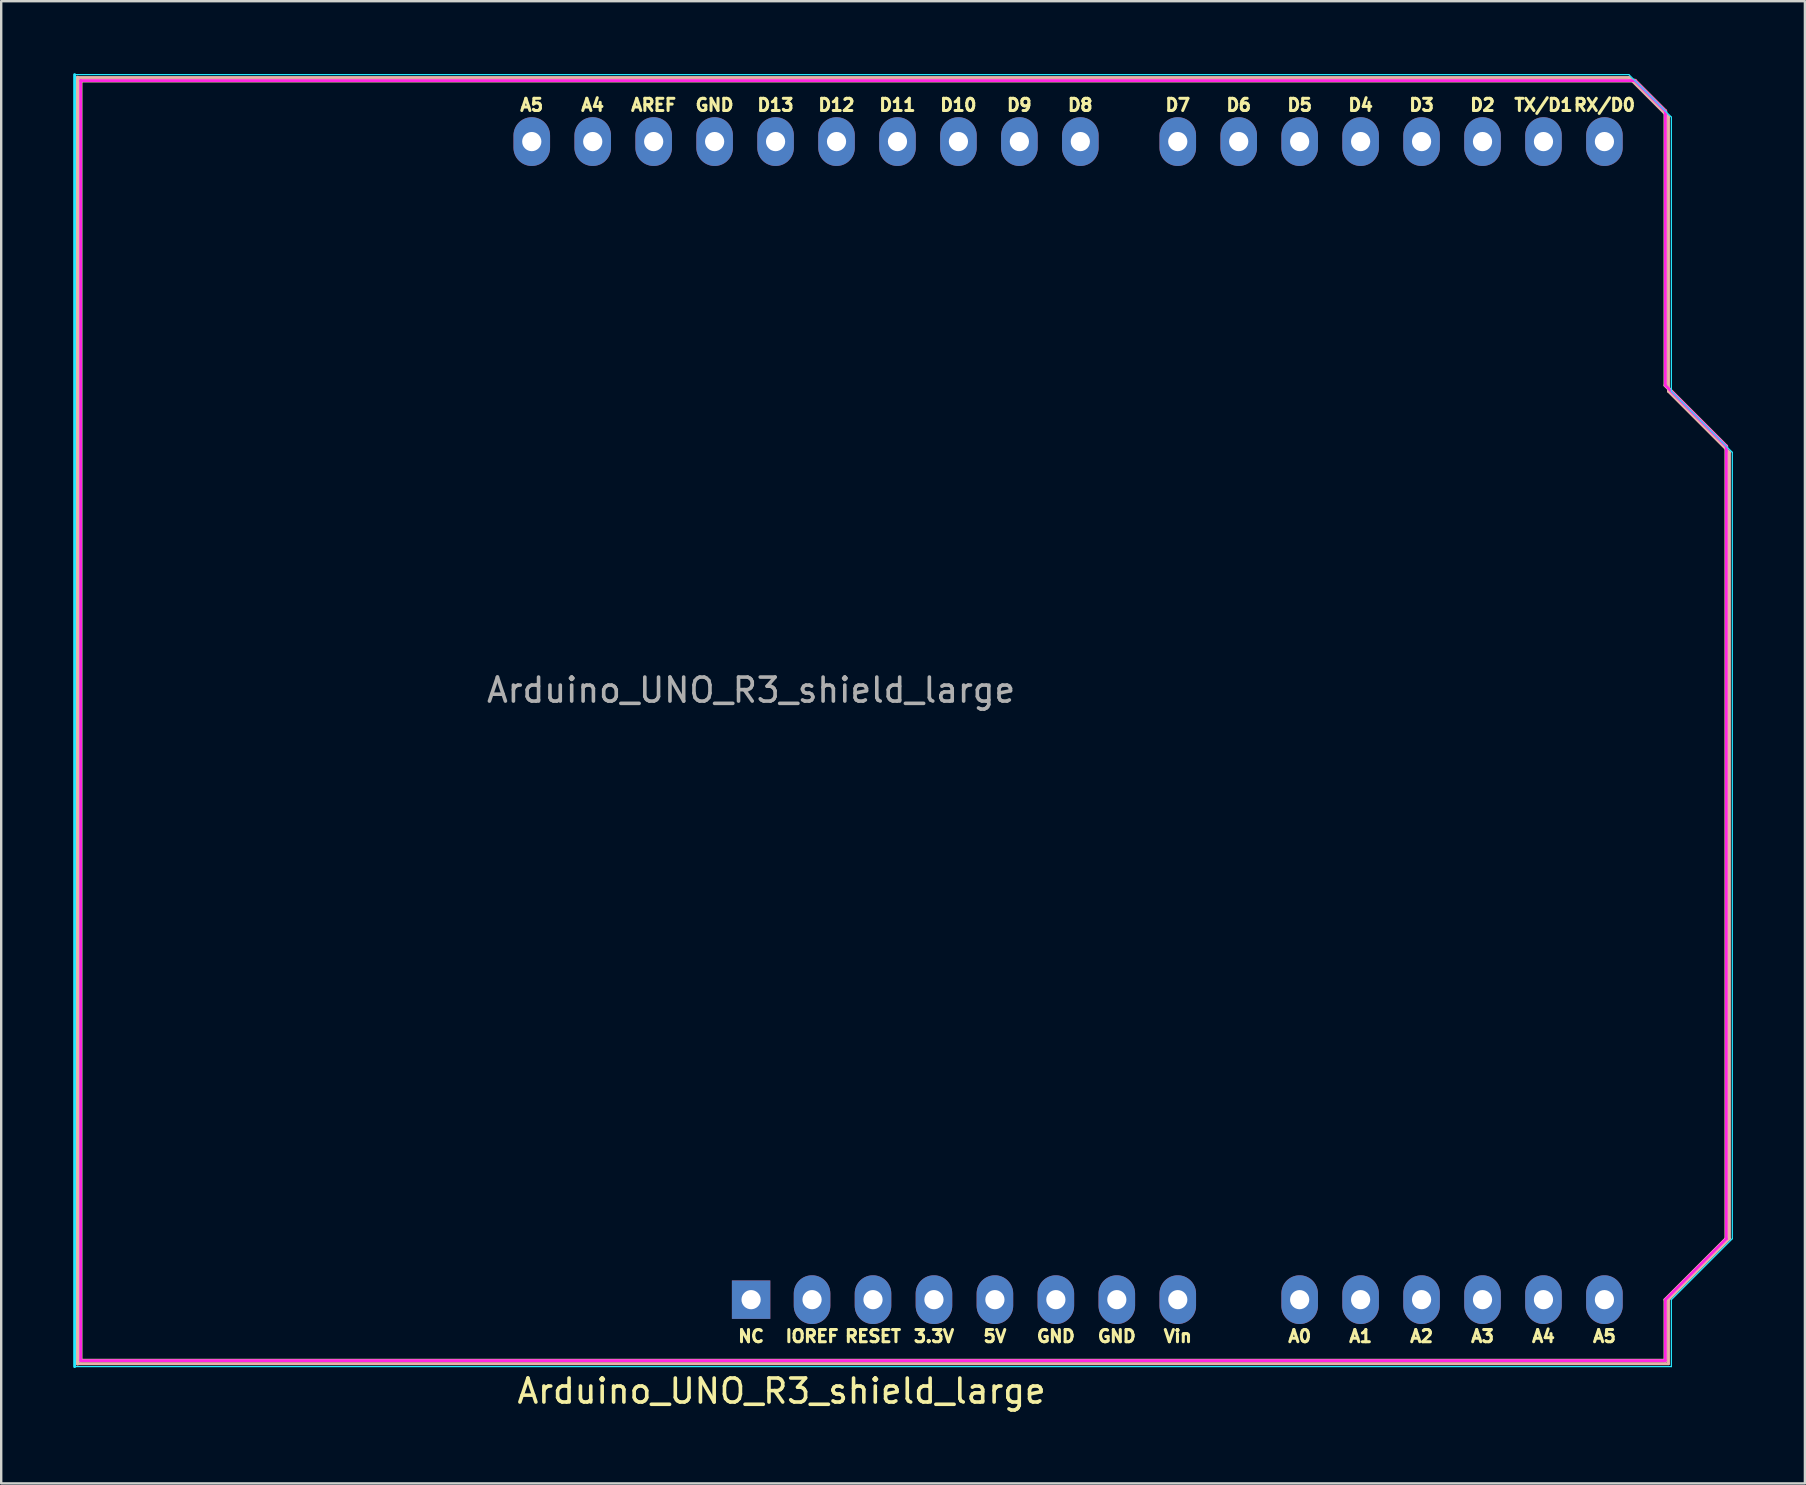
<source format=kicad_pcb>
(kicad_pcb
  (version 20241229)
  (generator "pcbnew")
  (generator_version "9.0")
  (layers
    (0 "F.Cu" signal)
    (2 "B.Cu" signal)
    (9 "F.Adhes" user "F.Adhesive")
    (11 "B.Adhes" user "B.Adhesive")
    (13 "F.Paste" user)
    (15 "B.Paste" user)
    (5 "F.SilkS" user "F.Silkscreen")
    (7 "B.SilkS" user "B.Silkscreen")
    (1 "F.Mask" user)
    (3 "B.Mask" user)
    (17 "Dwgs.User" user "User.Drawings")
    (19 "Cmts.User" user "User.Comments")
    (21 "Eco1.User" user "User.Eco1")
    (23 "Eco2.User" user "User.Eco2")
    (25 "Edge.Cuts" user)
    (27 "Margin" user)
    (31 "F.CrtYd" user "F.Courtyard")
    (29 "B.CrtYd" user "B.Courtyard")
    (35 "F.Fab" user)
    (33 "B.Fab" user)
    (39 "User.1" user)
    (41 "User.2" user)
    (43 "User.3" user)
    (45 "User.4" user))
  (footprint "Arduino_UNO_R3_shield_large"
    (layer "F.Cu")
    (at 19.11 2.85)
    (property "Reference" "Arduino_UNO_R3_shield_large" (at 10.41 52.07 180) (layer "F.SilkS") (effects (font (size 1 1) (thickness 0.15))))
    (attr through_hole)
    (fp_line (start -18.8 -2.54) (end -18.8 50.8) (stroke (width 0.15) (type solid)) (layer "F.SilkS"))
    (fp_line (start -18.8 50.8) (end 47.24 50.8) (stroke (width 0.15) (type solid)) (layer "F.SilkS"))
    (fp_line (start 45.97 -2.54) (end -18.8 -2.54) (stroke (width 0.15) (type solid)) (layer "F.SilkS"))
    (fp_line (start 47.24 -1.27) (end 45.97 -2.54) (stroke (width 0.15) (type solid)) (layer "F.SilkS"))
    (fp_line (start 47.24 10.16) (end 47.24 -1.27) (stroke (width 0.15) (type solid)) (layer "F.SilkS"))
    (fp_line (start 47.24 48.26) (end 49.78 45.72) (stroke (width 0.15) (type solid)) (layer "F.SilkS"))
    (fp_line (start 47.24 50.8) (end 47.24 48.26) (stroke (width 0.15) (type solid)) (layer "F.SilkS"))
    (fp_line (start 49.78 12.7) (end 47.24 10.16) (stroke (width 0.15) (type solid)) (layer "F.SilkS"))
    (fp_line (start 49.78 45.72) (end 49.78 12.7) (stroke (width 0.15) (type solid)) (layer "F.SilkS"))
    (fp_line (start -18.93 50.93) (end -18.93 -2.67) (stroke (width 0.15) (type solid)) (layer "B.SilkS"))
    (fp_line (start -18.93 -2.67) (end 45.72 -2.67) (stroke (width 0.12) (type solid)) (layer "B.SilkS"))
    (fp_line (start 45.72 -2.67) (end 47.37 -1.02) (stroke (width 0.12) (type solid)) (layer "B.SilkS"))
    (fp_line (start 47.37 -1.02) (end 47.37 10.41) (stroke (width 0.12) (type solid)) (layer "B.SilkS"))
    (fp_line (start 47.37 10.41) (end 49.91 12.95) (stroke (width 0.12) (type solid)) (layer "B.SilkS"))
    (fp_line (start 47.37 48.26) (end 47.37 50.93) (stroke (width 0.12) (type solid)) (layer "B.SilkS"))
    (fp_line (start 47.37 50.93) (end -18.93 50.93) (stroke (width 0.12) (type solid)) (layer "B.SilkS"))
    (fp_line (start 49.91 12.95) (end 49.91 45.72) (stroke (width 0.12) (type solid)) (layer "B.SilkS"))
    (fp_line (start 49.91 45.72) (end 47.37 48.26) (stroke (width 0.12) (type solid)) (layer "B.SilkS"))
    (fp_line (start -19.05 -2.79) (end -19.05 51.05) (stroke (width 0.12) (type solid)) (layer "B.CrtYd"))
    (fp_line (start -19.05 51.05) (end 47.49 51.05) (stroke (width 0.05) (type solid)) (layer "B.CrtYd"))
    (fp_line (start 45.72 -2.79) (end -19.05 -2.79) (stroke (width 0.05) (type solid)) (layer "B.CrtYd"))
    (fp_line (start 47.49 -1.02) (end 45.72 -2.79) (stroke (width 0.05) (type solid)) (layer "B.CrtYd"))
    (fp_line (start 47.49 10.41) (end 47.49 -1.02) (stroke (width 0.05) (type solid)) (layer "B.CrtYd"))
    (fp_line (start 47.49 48.26) (end 50.03 45.72) (stroke (width 0.05) (type solid)) (layer "B.CrtYd"))
    (fp_line (start 47.49 51.05) (end 47.49 48.26) (stroke (width 0.05) (type solid)) (layer "B.CrtYd"))
    (fp_line (start 50.03 12.95) (end 47.49 10.41) (stroke (width 0.05) (type solid)) (layer "B.CrtYd"))
    (fp_line (start 50.03 45.72) (end 50.03 12.95) (stroke (width 0.05) (type solid)) (layer "B.CrtYd"))
    (fp_line (start -18.8 -2.54) (end -18.8 50.8) (stroke (width 0.12) (type solid)) (layer "F.CrtYd"))
    (fp_line (start -18.8 50.8) (end 47.24 50.8) (stroke (width 0.12) (type solid)) (layer "F.CrtYd"))
    (fp_line (start 45.97 -2.54) (end -18.8 -2.54) (stroke (width 0.12) (type solid)) (layer "F.CrtYd"))
    (fp_line (start 47.24 -1.27) (end 45.97 -2.54) (stroke (width 0.12) (type solid)) (layer "F.CrtYd"))
    (fp_line (start 47.24 10.16) (end 47.24 -1.27) (stroke (width 0.12) (type solid)) (layer "F.CrtYd"))
    (fp_line (start 47.24 48.26) (end 49.78 45.72) (stroke (width 0.12) (type solid)) (layer "F.CrtYd"))
    (fp_line (start 47.24 50.8) (end 47.24 48.26) (stroke (width 0.12) (type solid)) (layer "F.CrtYd"))
    (fp_line (start 49.78 12.7) (end 47.24 10.16) (stroke (width 0.12) (type solid)) (layer "F.CrtYd"))
    (fp_line (start 49.78 45.72) (end 49.78 12.7) (stroke (width 0.12) (type solid)) (layer "F.CrtYd"))
    (fp_text user "NC" (at 9.14 49.784 0) (layer "F.SilkS") (effects (font (size 0.508 0.508) (thickness 0.127))))
    (fp_text user "GND" (at 24.38 49.784 0) (layer "F.SilkS") (effects (font (size 0.508 0.508) (thickness 0.127))))
    (fp_text user "A4" (at 42.16 49.784 0) (layer "F.SilkS") (effects (font (size 0.508 0.508) (thickness 0.127))))
    (fp_text user "A2" (at 37.08 49.784 0) (layer "F.SilkS") (effects (font (size 0.508 0.508) (thickness 0.127))))
    (fp_text user "A5" (at -0.004 -1.524 0) (layer "F.SilkS") (effects (font (size 0.508 0.508) (thickness 0.127))))
    (fp_text user "D3" (at 37.08 -1.524 0) (layer "F.SilkS") (effects (font (size 0.508 0.508) (thickness 0.127))))
    (fp_text user "RX/D0" (at 44.7 -1.524 0) (layer "F.SilkS") (effects (font (size 0.508 0.508) (thickness 0.127))))
    (fp_text user "D12" (at 12.696 -1.524 0) (layer "F.SilkS") (effects (font (size 0.508 0.508) (thickness 0.127))))
    (fp_text user "5V" (at 19.3 49.784 0) (layer "F.SilkS") (effects (font (size 0.508 0.508) (thickness 0.127))))
    (fp_text user "AREF" (at 5.076 -1.524 0) (layer "F.SilkS") (effects (font (size 0.508 0.508) (thickness 0.127))))
    (fp_text user "D5" (at 32 -1.524 0) (layer "F.SilkS") (effects (font (size 0.508 0.508) (thickness 0.127))))
    (fp_text user "3.3V" (at 16.76 49.784 0) (layer "F.SilkS") (effects (font (size 0.508 0.508) (thickness 0.127))))
    (fp_text user "D9" (at 20.316 -1.524 0) (layer "F.SilkS") (effects (font (size 0.508 0.508) (thickness 0.127))))
    (fp_text user "A3" (at 39.62 49.784 0) (layer "F.SilkS") (effects (font (size 0.508 0.508) (thickness 0.127))))
    (fp_text user "D6" (at 29.46 -1.524 0) (layer "F.SilkS") (effects (font (size 0.508 0.508) (thickness 0.127))))
    (fp_text user "D10" (at 17.776 -1.524 0) (layer "F.SilkS") (effects (font (size 0.508 0.508) (thickness 0.127))))
    (fp_text user "D4" (at 34.54 -1.524 0) (layer "F.SilkS") (effects (font (size 0.508 0.508) (thickness 0.127))))
    (fp_text user "GND" (at 7.616 -1.524 0) (layer "F.SilkS") (effects (font (size 0.508 0.508) (thickness 0.127))))
    (fp_text user "D7" (at 26.92 -1.524 0) (layer "F.SilkS") (effects (font (size 0.508 0.508) (thickness 0.127))))
    (fp_text user "D11" (at 15.236 -1.524 0) (layer "F.SilkS") (effects (font (size 0.508 0.508) (thickness 0.127))))
    (fp_text user "D8" (at 22.856 -1.524 0) (layer "F.SilkS") (effects (font (size 0.508 0.508) (thickness 0.127))))
    (fp_text user "D13" (at 10.156 -1.524 0) (layer "F.SilkS") (effects (font (size 0.508 0.508) (thickness 0.127))))
    (fp_text user "TX/D1" (at 42.16 -1.524 0) (layer "F.SilkS") (effects (font (size 0.508 0.508) (thickness 0.127))))
    (fp_text user "RESET" (at 14.22 49.784 0) (layer "F.SilkS") (effects (font (size 0.508 0.508) (thickness 0.127))))
    (fp_text user "A1" (at 34.54 49.784 0) (layer "F.SilkS") (effects (font (size 0.508 0.508) (thickness 0.127))))
    (fp_text user "A5" (at 44.7 49.784 0) (layer "F.SilkS") (effects (font (size 0.508 0.508) (thickness 0.127))))
    (fp_text user "A4" (at 2.536 -1.524 0) (layer "F.SilkS") (effects (font (size 0.508 0.508) (thickness 0.127))))
    (fp_text user "GND" (at 21.84 49.784 0) (layer "F.SilkS") (effects (font (size 0.508 0.508) (thickness 0.127))))
    (fp_text user "A0" (at 32 49.784 0) (layer "F.SilkS") (effects (font (size 0.508 0.508) (thickness 0.127))))
    (fp_text user "D2" (at 39.62 -1.524 0) (layer "F.SilkS") (effects (font (size 0.508 0.508) (thickness 0.127))))
    (fp_text user "Vin" (at 26.92 49.784 0) (layer "F.SilkS") (effects (font (size 0.508 0.508) (thickness 0.127))))
    (fp_text user "IOREF" (at 11.68 49.784 0) (layer "F.SilkS") (effects (font (size 0.508 0.508) (thickness 0.127))))
    (fp_text user "${REFERENCE}" (at 9.14 22.86 180) (layer "F.Fab") (effects (font (size 1 1) (thickness 0.15))))
    (pad "1" thru_hole rect (at 9.14 48.26 270) (size 1.6 1.6) (drill 0.8) (layers "*.Cu" "*.Mask"))
    (pad "2" thru_hole oval (at 11.68 48.26 270) (size 2.032 1.524) (drill 0.8) (layers "*.Cu" "*.Mask"))
    (pad "3" thru_hole oval (at 14.22 48.26 270) (size 2.032 1.524) (drill 0.8) (layers "*.Cu" "*.Mask"))
    (pad "4" thru_hole oval (at 16.76 48.26 270) (size 2.032 1.524) (drill 0.8) (layers "*.Cu" "*.Mask"))
    (pad "5" thru_hole oval (at 19.3 48.26 270) (size 2.032 1.524) (drill 0.8) (layers "*.Cu" "*.Mask"))
    (pad "6" thru_hole oval (at 21.84 48.26 270) (size 2.032 1.524) (drill 0.8) (layers "*.Cu" "*.Mask"))
    (pad "7" thru_hole oval (at 24.38 48.26 270) (size 2.032 1.524) (drill 0.8) (layers "*.Cu" "*.Mask"))
    (pad "8" thru_hole oval (at 26.92 48.26 270) (size 2.032 1.524) (drill 0.8) (layers "*.Cu" "*.Mask"))
    (pad "9" thru_hole oval (at 32 48.26 270) (size 2.032 1.524) (drill 0.8) (layers "*.Cu" "*.Mask"))
    (pad "10" thru_hole oval (at 34.54 48.26 270) (size 2.032 1.524) (drill 0.8) (layers "*.Cu" "*.Mask"))
    (pad "11" thru_hole oval (at 37.08 48.26 270) (size 2.032 1.524) (drill 0.8) (layers "*.Cu" "*.Mask"))
    (pad "12" thru_hole oval (at 39.62 48.26 270) (size 2.032 1.524) (drill 0.8) (layers "*.Cu" "*.Mask"))
    (pad "13" thru_hole oval (at 42.16 48.26 270) (size 2.032 1.524) (drill 0.8) (layers "*.Cu" "*.Mask"))
    (pad "14" thru_hole oval (at 44.7 48.26 270) (size 2.032 1.524) (drill 0.8) (layers "*.Cu" "*.Mask"))
    (pad "15" thru_hole oval (at 44.7 0 270) (size 2.032 1.524) (drill 0.8) (layers "*.Cu" "*.Mask"))
    (pad "16" thru_hole oval (at 42.16 0 270) (size 2.032 1.524) (drill 0.8) (layers "*.Cu" "*.Mask"))
    (pad "17" thru_hole oval (at 39.62 0 270) (size 2.032 1.524) (drill 0.8) (layers "*.Cu" "*.Mask"))
    (pad "18" thru_hole oval (at 37.08 0 270) (size 2.032 1.524) (drill 0.8) (layers "*.Cu" "*.Mask"))
    (pad "19" thru_hole oval (at 34.54 0 270) (size 2.032 1.524) (drill 0.8) (layers "*.Cu" "*.Mask"))
    (pad "20" thru_hole oval (at 32 0 270) (size 2.032 1.524) (drill 0.8) (layers "*.Cu" "*.Mask"))
    (pad "21" thru_hole oval (at 29.46 0 270) (size 2.032 1.524) (drill 0.8) (layers "*.Cu" "*.Mask"))
    (pad "22" thru_hole oval (at 26.92 0 270) (size 2.032 1.524) (drill 0.8) (layers "*.Cu" "*.Mask"))
    (pad "23" thru_hole oval (at 22.86 0 270) (size 2.032 1.524) (drill 0.8) (layers "*.Cu" "*.Mask"))
    (pad "24" thru_hole oval (at 20.32 0 270) (size 2.032 1.524) (drill 0.8) (layers "*.Cu" "*.Mask"))
    (pad "25" thru_hole oval (at 17.78 0 270) (size 2.032 1.524) (drill 0.8) (layers "*.Cu" "*.Mask"))
    (pad "26" thru_hole oval (at 15.24 0 270) (size 2.032 1.524) (drill 0.8) (layers "*.Cu" "*.Mask"))
    (pad "27" thru_hole oval (at 12.7 0 270) (size 2.032 1.524) (drill 0.8) (layers "*.Cu" "*.Mask"))
    (pad "28" thru_hole oval (at 10.16 0 270) (size 2.032 1.524) (drill 0.8) (layers "*.Cu" "*.Mask"))
    (pad "29" thru_hole oval (at 7.62 0 270) (size 2.032 1.524) (drill 0.8) (layers "*.Cu" "*.Mask"))
    (pad "30" thru_hole oval (at 5.08 0 270) (size 2.032 1.524) (drill 0.8) (layers "*.Cu" "*.Mask"))
    (pad "31" thru_hole oval (at 2.54 0 270) (size 2.032 1.524) (drill 0.8) (layers "*.Cu" "*.Mask"))
    (pad "32" thru_hole oval (at 0 0 270) (size 2.032 1.524) (drill 0.8) (layers "*.Cu" "*.Mask")))
  (gr_rect
    (start -3 -3)
    (end 72.165 58.768)
    (stroke (width 0.1) (type default))
    (fill no)
    (layer "Edge.Cuts")))
</source>
